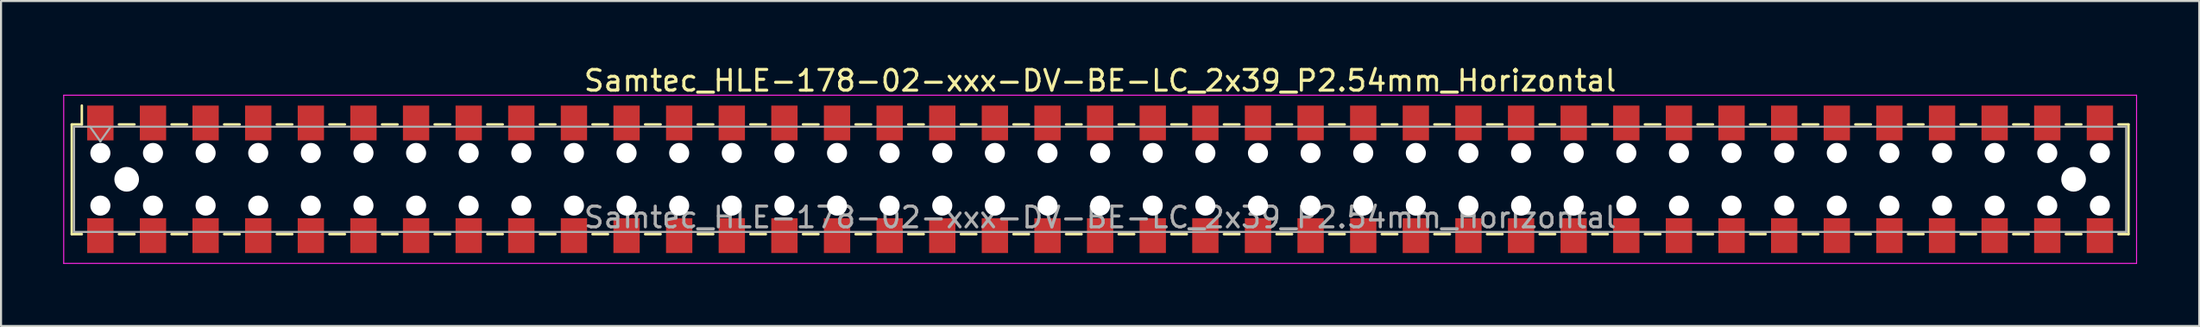
<source format=kicad_pcb>
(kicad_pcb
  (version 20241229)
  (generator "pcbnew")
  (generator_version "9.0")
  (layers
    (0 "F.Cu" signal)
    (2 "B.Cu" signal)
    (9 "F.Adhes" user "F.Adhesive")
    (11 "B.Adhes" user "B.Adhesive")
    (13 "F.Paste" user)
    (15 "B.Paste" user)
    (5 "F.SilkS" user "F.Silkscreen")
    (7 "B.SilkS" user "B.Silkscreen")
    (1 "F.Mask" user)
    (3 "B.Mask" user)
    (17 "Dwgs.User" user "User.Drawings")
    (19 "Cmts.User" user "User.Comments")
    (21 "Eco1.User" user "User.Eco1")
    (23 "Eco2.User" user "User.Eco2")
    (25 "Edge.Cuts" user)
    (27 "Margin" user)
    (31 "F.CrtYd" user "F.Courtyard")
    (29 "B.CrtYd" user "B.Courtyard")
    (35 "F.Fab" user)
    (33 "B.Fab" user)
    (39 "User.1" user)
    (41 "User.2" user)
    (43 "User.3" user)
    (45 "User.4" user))
  (footprint "Samtec_HLE-178-02-xxx-DV-BE-LC_2x39_P2.54mm_Horizontal"
    (layer "F.Cu")
    (at 50.055 5.608)
    (property "Reference" "Samtec_HLE-178-02-xxx-DV-BE-LC_2x39_P2.54mm_Horizontal" (at 0 -4.76 0) (layer "F.SilkS") (effects (font (size 1 1) (thickness 0.15))))
    (attr smd)
    (fp_line (start -49.64 -2.65) (end -49.64 2.65) (stroke (width 0.12) (type solid)) (layer "F.SilkS"))
    (fp_line (start -49.64 2.65) (end -49.155 2.65) (stroke (width 0.12) (type solid)) (layer "F.SilkS"))
    (fp_line (start -49.155 -3.56) (end -49.155 -2.65) (stroke (width 0.12) (type solid)) (layer "F.SilkS"))
    (fp_line (start -49.155 -2.65) (end -49.64 -2.65) (stroke (width 0.12) (type solid)) (layer "F.SilkS"))
    (fp_line (start -47.365 -2.65) (end -46.615 -2.65) (stroke (width 0.12) (type solid)) (layer "F.SilkS"))
    (fp_line (start -47.365 2.65) (end -46.615 2.65) (stroke (width 0.12) (type solid)) (layer "F.SilkS"))
    (fp_line (start -44.825 -2.65) (end -44.075 -2.65) (stroke (width 0.12) (type solid)) (layer "F.SilkS"))
    (fp_line (start -44.825 2.65) (end -44.075 2.65) (stroke (width 0.12) (type solid)) (layer "F.SilkS"))
    (fp_line (start -42.285 -2.65) (end -41.535 -2.65) (stroke (width 0.12) (type solid)) (layer "F.SilkS"))
    (fp_line (start -42.285 2.65) (end -41.535 2.65) (stroke (width 0.12) (type solid)) (layer "F.SilkS"))
    (fp_line (start -39.745 -2.65) (end -38.995 -2.65) (stroke (width 0.12) (type solid)) (layer "F.SilkS"))
    (fp_line (start -39.745 2.65) (end -38.995 2.65) (stroke (width 0.12) (type solid)) (layer "F.SilkS"))
    (fp_line (start -37.205 -2.65) (end -36.455 -2.65) (stroke (width 0.12) (type solid)) (layer "F.SilkS"))
    (fp_line (start -37.205 2.65) (end -36.455 2.65) (stroke (width 0.12) (type solid)) (layer "F.SilkS"))
    (fp_line (start -34.665 -2.65) (end -33.915 -2.65) (stroke (width 0.12) (type solid)) (layer "F.SilkS"))
    (fp_line (start -34.665 2.65) (end -33.915 2.65) (stroke (width 0.12) (type solid)) (layer "F.SilkS"))
    (fp_line (start -32.125 -2.65) (end -31.375 -2.65) (stroke (width 0.12) (type solid)) (layer "F.SilkS"))
    (fp_line (start -32.125 2.65) (end -31.375 2.65) (stroke (width 0.12) (type solid)) (layer "F.SilkS"))
    (fp_line (start -29.585 -2.65) (end -28.835 -2.65) (stroke (width 0.12) (type solid)) (layer "F.SilkS"))
    (fp_line (start -29.585 2.65) (end -28.835 2.65) (stroke (width 0.12) (type solid)) (layer "F.SilkS"))
    (fp_line (start -27.045 -2.65) (end -26.295 -2.65) (stroke (width 0.12) (type solid)) (layer "F.SilkS"))
    (fp_line (start -27.045 2.65) (end -26.295 2.65) (stroke (width 0.12) (type solid)) (layer "F.SilkS"))
    (fp_line (start -24.505 -2.65) (end -23.755 -2.65) (stroke (width 0.12) (type solid)) (layer "F.SilkS"))
    (fp_line (start -24.505 2.65) (end -23.755 2.65) (stroke (width 0.12) (type solid)) (layer "F.SilkS"))
    (fp_line (start -21.965 -2.65) (end -21.215 -2.65) (stroke (width 0.12) (type solid)) (layer "F.SilkS"))
    (fp_line (start -21.965 2.65) (end -21.215 2.65) (stroke (width 0.12) (type solid)) (layer "F.SilkS"))
    (fp_line (start -19.425 -2.65) (end -18.675 -2.65) (stroke (width 0.12) (type solid)) (layer "F.SilkS"))
    (fp_line (start -19.425 2.65) (end -18.675 2.65) (stroke (width 0.12) (type solid)) (layer "F.SilkS"))
    (fp_line (start -16.885 -2.65) (end -16.135 -2.65) (stroke (width 0.12) (type solid)) (layer "F.SilkS"))
    (fp_line (start -16.885 2.65) (end -16.135 2.65) (stroke (width 0.12) (type solid)) (layer "F.SilkS"))
    (fp_line (start -14.345 -2.65) (end -13.595 -2.65) (stroke (width 0.12) (type solid)) (layer "F.SilkS"))
    (fp_line (start -14.345 2.65) (end -13.595 2.65) (stroke (width 0.12) (type solid)) (layer "F.SilkS"))
    (fp_line (start -11.805 -2.65) (end -11.055 -2.65) (stroke (width 0.12) (type solid)) (layer "F.SilkS"))
    (fp_line (start -11.805 2.65) (end -11.055 2.65) (stroke (width 0.12) (type solid)) (layer "F.SilkS"))
    (fp_line (start -9.265 -2.65) (end -8.515 -2.65) (stroke (width 0.12) (type solid)) (layer "F.SilkS"))
    (fp_line (start -9.265 2.65) (end -8.515 2.65) (stroke (width 0.12) (type solid)) (layer "F.SilkS"))
    (fp_line (start -6.725 -2.65) (end -5.975 -2.65) (stroke (width 0.12) (type solid)) (layer "F.SilkS"))
    (fp_line (start -6.725 2.65) (end -5.975 2.65) (stroke (width 0.12) (type solid)) (layer "F.SilkS"))
    (fp_line (start -4.185 -2.65) (end -3.435 -2.65) (stroke (width 0.12) (type solid)) (layer "F.SilkS"))
    (fp_line (start -4.185 2.65) (end -3.435 2.65) (stroke (width 0.12) (type solid)) (layer "F.SilkS"))
    (fp_line (start -1.645 -2.65) (end -0.895 -2.65) (stroke (width 0.12) (type solid)) (layer "F.SilkS"))
    (fp_line (start -1.645 2.65) (end -0.895 2.65) (stroke (width 0.12) (type solid)) (layer "F.SilkS"))
    (fp_line (start 0.895 -2.65) (end 1.645 -2.65) (stroke (width 0.12) (type solid)) (layer "F.SilkS"))
    (fp_line (start 0.895 2.65) (end 1.645 2.65) (stroke (width 0.12) (type solid)) (layer "F.SilkS"))
    (fp_line (start 3.435 -2.65) (end 4.185 -2.65) (stroke (width 0.12) (type solid)) (layer "F.SilkS"))
    (fp_line (start 3.435 2.65) (end 4.185 2.65) (stroke (width 0.12) (type solid)) (layer "F.SilkS"))
    (fp_line (start 5.975 -2.65) (end 6.725 -2.65) (stroke (width 0.12) (type solid)) (layer "F.SilkS"))
    (fp_line (start 5.975 2.65) (end 6.725 2.65) (stroke (width 0.12) (type solid)) (layer "F.SilkS"))
    (fp_line (start 8.515 -2.65) (end 9.265 -2.65) (stroke (width 0.12) (type solid)) (layer "F.SilkS"))
    (fp_line (start 8.515 2.65) (end 9.265 2.65) (stroke (width 0.12) (type solid)) (layer "F.SilkS"))
    (fp_line (start 11.055 -2.65) (end 11.805 -2.65) (stroke (width 0.12) (type solid)) (layer "F.SilkS"))
    (fp_line (start 11.055 2.65) (end 11.805 2.65) (stroke (width 0.12) (type solid)) (layer "F.SilkS"))
    (fp_line (start 13.595 -2.65) (end 14.345 -2.65) (stroke (width 0.12) (type solid)) (layer "F.SilkS"))
    (fp_line (start 13.595 2.65) (end 14.345 2.65) (stroke (width 0.12) (type solid)) (layer "F.SilkS"))
    (fp_line (start 16.135 -2.65) (end 16.885 -2.65) (stroke (width 0.12) (type solid)) (layer "F.SilkS"))
    (fp_line (start 16.135 2.65) (end 16.885 2.65) (stroke (width 0.12) (type solid)) (layer "F.SilkS"))
    (fp_line (start 18.675 -2.65) (end 19.425 -2.65) (stroke (width 0.12) (type solid)) (layer "F.SilkS"))
    (fp_line (start 18.675 2.65) (end 19.425 2.65) (stroke (width 0.12) (type solid)) (layer "F.SilkS"))
    (fp_line (start 21.215 -2.65) (end 21.965 -2.65) (stroke (width 0.12) (type solid)) (layer "F.SilkS"))
    (fp_line (start 21.215 2.65) (end 21.965 2.65) (stroke (width 0.12) (type solid)) (layer "F.SilkS"))
    (fp_line (start 23.755 -2.65) (end 24.505 -2.65) (stroke (width 0.12) (type solid)) (layer "F.SilkS"))
    (fp_line (start 23.755 2.65) (end 24.505 2.65) (stroke (width 0.12) (type solid)) (layer "F.SilkS"))
    (fp_line (start 26.295 -2.65) (end 27.045 -2.65) (stroke (width 0.12) (type solid)) (layer "F.SilkS"))
    (fp_line (start 26.295 2.65) (end 27.045 2.65) (stroke (width 0.12) (type solid)) (layer "F.SilkS"))
    (fp_line (start 28.835 -2.65) (end 29.585 -2.65) (stroke (width 0.12) (type solid)) (layer "F.SilkS"))
    (fp_line (start 28.835 2.65) (end 29.585 2.65) (stroke (width 0.12) (type solid)) (layer "F.SilkS"))
    (fp_line (start 31.375 -2.65) (end 32.125 -2.65) (stroke (width 0.12) (type solid)) (layer "F.SilkS"))
    (fp_line (start 31.375 2.65) (end 32.125 2.65) (stroke (width 0.12) (type solid)) (layer "F.SilkS"))
    (fp_line (start 33.915 -2.65) (end 34.665 -2.65) (stroke (width 0.12) (type solid)) (layer "F.SilkS"))
    (fp_line (start 33.915 2.65) (end 34.665 2.65) (stroke (width 0.12) (type solid)) (layer "F.SilkS"))
    (fp_line (start 36.455 -2.65) (end 37.205 -2.65) (stroke (width 0.12) (type solid)) (layer "F.SilkS"))
    (fp_line (start 36.455 2.65) (end 37.205 2.65) (stroke (width 0.12) (type solid)) (layer "F.SilkS"))
    (fp_line (start 38.995 -2.65) (end 39.745 -2.65) (stroke (width 0.12) (type solid)) (layer "F.SilkS"))
    (fp_line (start 38.995 2.65) (end 39.745 2.65) (stroke (width 0.12) (type solid)) (layer "F.SilkS"))
    (fp_line (start 41.535 -2.65) (end 42.285 -2.65) (stroke (width 0.12) (type solid)) (layer "F.SilkS"))
    (fp_line (start 41.535 2.65) (end 42.285 2.65) (stroke (width 0.12) (type solid)) (layer "F.SilkS"))
    (fp_line (start 44.075 -2.65) (end 44.825 -2.65) (stroke (width 0.12) (type solid)) (layer "F.SilkS"))
    (fp_line (start 44.075 2.65) (end 44.825 2.65) (stroke (width 0.12) (type solid)) (layer "F.SilkS"))
    (fp_line (start 46.615 -2.65) (end 47.365 -2.65) (stroke (width 0.12) (type solid)) (layer "F.SilkS"))
    (fp_line (start 46.615 2.65) (end 47.365 2.65) (stroke (width 0.12) (type solid)) (layer "F.SilkS"))
    (fp_line (start 49.155 -2.65) (end 49.64 -2.65) (stroke (width 0.12) (type solid)) (layer "F.SilkS"))
    (fp_line (start 49.64 -2.65) (end 49.64 2.65) (stroke (width 0.12) (type solid)) (layer "F.SilkS"))
    (fp_line (start 49.64 2.65) (end 49.155 2.65) (stroke (width 0.12) (type solid)) (layer "F.SilkS"))
    (fp_line (start -50.03 -4.06) (end 50.03 -4.06) (stroke (width 0.05) (type solid)) (layer "F.CrtYd"))
    (fp_line (start -50.03 4.06) (end -50.03 -4.06) (stroke (width 0.05) (type solid)) (layer "F.CrtYd"))
    (fp_line (start 50.03 -4.06) (end 50.03 4.06) (stroke (width 0.05) (type solid)) (layer "F.CrtYd"))
    (fp_line (start 50.03 4.06) (end -50.03 4.06) (stroke (width 0.05) (type solid)) (layer "F.CrtYd"))
    (fp_line (start -49.53 -2.54) (end 49.53 -2.54) (stroke (width 0.1) (type solid)) (layer "F.Fab"))
    (fp_line (start -49.53 2.54) (end -49.53 -2.54) (stroke (width 0.1) (type solid)) (layer "F.Fab"))
    (fp_line (start -48.76 -2.54) (end -48.26 -1.833) (stroke (width 0.1) (type solid)) (layer "F.Fab"))
    (fp_line (start -48.26 -1.833) (end -47.76 -2.54) (stroke (width 0.1) (type solid)) (layer "F.Fab"))
    (fp_line (start 49.53 -2.54) (end 49.53 2.54) (stroke (width 0.1) (type solid)) (layer "F.Fab"))
    (fp_line (start 49.53 2.54) (end -49.53 2.54) (stroke (width 0.1) (type solid)) (layer "F.Fab"))
    (fp_text user "${REFERENCE}" (at 0 1.84 0) (layer "F.Fab") (effects (font (size 1 1) (thickness 0.15))))
    (pad "" np_thru_hole circle (at -48.26 -1.27) (size 0.97 0.97) (drill 0.97) (layers "*.Cu" "*.Mask"))
    (pad "" np_thru_hole circle (at -48.26 1.27) (size 0.97 0.97) (drill 0.97) (layers "*.Cu" "*.Mask"))
    (pad "" np_thru_hole circle (at -46.99 0) (size 1.19 1.19) (drill 1.19) (layers "*.Cu" "*.Mask"))
    (pad "" np_thru_hole circle (at -45.72 -1.27) (size 0.97 0.97) (drill 0.97) (layers "*.Cu" "*.Mask"))
    (pad "" np_thru_hole circle (at -45.72 1.27) (size 0.97 0.97) (drill 0.97) (layers "*.Cu" "*.Mask"))
    (pad "" np_thru_hole circle (at -43.18 -1.27) (size 0.97 0.97) (drill 0.97) (layers "*.Cu" "*.Mask"))
    (pad "" np_thru_hole circle (at -43.18 1.27) (size 0.97 0.97) (drill 0.97) (layers "*.Cu" "*.Mask"))
    (pad "" np_thru_hole circle (at -40.64 -1.27) (size 0.97 0.97) (drill 0.97) (layers "*.Cu" "*.Mask"))
    (pad "" np_thru_hole circle (at -40.64 1.27) (size 0.97 0.97) (drill 0.97) (layers "*.Cu" "*.Mask"))
    (pad "" np_thru_hole circle (at -38.1 -1.27) (size 0.97 0.97) (drill 0.97) (layers "*.Cu" "*.Mask"))
    (pad "" np_thru_hole circle (at -38.1 1.27) (size 0.97 0.97) (drill 0.97) (layers "*.Cu" "*.Mask"))
    (pad "" np_thru_hole circle (at -35.56 -1.27) (size 0.97 0.97) (drill 0.97) (layers "*.Cu" "*.Mask"))
    (pad "" np_thru_hole circle (at -35.56 1.27) (size 0.97 0.97) (drill 0.97) (layers "*.Cu" "*.Mask"))
    (pad "" np_thru_hole circle (at -33.02 -1.27) (size 0.97 0.97) (drill 0.97) (layers "*.Cu" "*.Mask"))
    (pad "" np_thru_hole circle (at -33.02 1.27) (size 0.97 0.97) (drill 0.97) (layers "*.Cu" "*.Mask"))
    (pad "" np_thru_hole circle (at -30.48 -1.27) (size 0.97 0.97) (drill 0.97) (layers "*.Cu" "*.Mask"))
    (pad "" np_thru_hole circle (at -30.48 1.27) (size 0.97 0.97) (drill 0.97) (layers "*.Cu" "*.Mask"))
    (pad "" np_thru_hole circle (at -27.94 -1.27) (size 0.97 0.97) (drill 0.97) (layers "*.Cu" "*.Mask"))
    (pad "" np_thru_hole circle (at -27.94 1.27) (size 0.97 0.97) (drill 0.97) (layers "*.Cu" "*.Mask"))
    (pad "" np_thru_hole circle (at -25.4 -1.27) (size 0.97 0.97) (drill 0.97) (layers "*.Cu" "*.Mask"))
    (pad "" np_thru_hole circle (at -25.4 1.27) (size 0.97 0.97) (drill 0.97) (layers "*.Cu" "*.Mask"))
    (pad "" np_thru_hole circle (at -22.86 -1.27) (size 0.97 0.97) (drill 0.97) (layers "*.Cu" "*.Mask"))
    (pad "" np_thru_hole circle (at -22.86 1.27) (size 0.97 0.97) (drill 0.97) (layers "*.Cu" "*.Mask"))
    (pad "" np_thru_hole circle (at -20.32 -1.27) (size 0.97 0.97) (drill 0.97) (layers "*.Cu" "*.Mask"))
    (pad "" np_thru_hole circle (at -20.32 1.27) (size 0.97 0.97) (drill 0.97) (layers "*.Cu" "*.Mask"))
    (pad "" np_thru_hole circle (at -17.78 -1.27) (size 0.97 0.97) (drill 0.97) (layers "*.Cu" "*.Mask"))
    (pad "" np_thru_hole circle (at -17.78 1.27) (size 0.97 0.97) (drill 0.97) (layers "*.Cu" "*.Mask"))
    (pad "" np_thru_hole circle (at -15.24 -1.27) (size 0.97 0.97) (drill 0.97) (layers "*.Cu" "*.Mask"))
    (pad "" np_thru_hole circle (at -15.24 1.27) (size 0.97 0.97) (drill 0.97) (layers "*.Cu" "*.Mask"))
    (pad "" np_thru_hole circle (at -12.7 -1.27) (size 0.97 0.97) (drill 0.97) (layers "*.Cu" "*.Mask"))
    (pad "" np_thru_hole circle (at -12.7 1.27) (size 0.97 0.97) (drill 0.97) (layers "*.Cu" "*.Mask"))
    (pad "" np_thru_hole circle (at -10.16 -1.27) (size 0.97 0.97) (drill 0.97) (layers "*.Cu" "*.Mask"))
    (pad "" np_thru_hole circle (at -10.16 1.27) (size 0.97 0.97) (drill 0.97) (layers "*.Cu" "*.Mask"))
    (pad "" np_thru_hole circle (at -7.62 -1.27) (size 0.97 0.97) (drill 0.97) (layers "*.Cu" "*.Mask"))
    (pad "" np_thru_hole circle (at -7.62 1.27) (size 0.97 0.97) (drill 0.97) (layers "*.Cu" "*.Mask"))
    (pad "" np_thru_hole circle (at -5.08 -1.27) (size 0.97 0.97) (drill 0.97) (layers "*.Cu" "*.Mask"))
    (pad "" np_thru_hole circle (at -5.08 1.27) (size 0.97 0.97) (drill 0.97) (layers "*.Cu" "*.Mask"))
    (pad "" np_thru_hole circle (at -2.54 -1.27) (size 0.97 0.97) (drill 0.97) (layers "*.Cu" "*.Mask"))
    (pad "" np_thru_hole circle (at -2.54 1.27) (size 0.97 0.97) (drill 0.97) (layers "*.Cu" "*.Mask"))
    (pad "" np_thru_hole circle (at 0 -1.27) (size 0.97 0.97) (drill 0.97) (layers "*.Cu" "*.Mask"))
    (pad "" np_thru_hole circle (at 0 1.27) (size 0.97 0.97) (drill 0.97) (layers "*.Cu" "*.Mask"))
    (pad "" np_thru_hole circle (at 2.54 -1.27) (size 0.97 0.97) (drill 0.97) (layers "*.Cu" "*.Mask"))
    (pad "" np_thru_hole circle (at 2.54 1.27) (size 0.97 0.97) (drill 0.97) (layers "*.Cu" "*.Mask"))
    (pad "" np_thru_hole circle (at 5.08 -1.27) (size 0.97 0.97) (drill 0.97) (layers "*.Cu" "*.Mask"))
    (pad "" np_thru_hole circle (at 5.08 1.27) (size 0.97 0.97) (drill 0.97) (layers "*.Cu" "*.Mask"))
    (pad "" np_thru_hole circle (at 7.62 -1.27) (size 0.97 0.97) (drill 0.97) (layers "*.Cu" "*.Mask"))
    (pad "" np_thru_hole circle (at 7.62 1.27) (size 0.97 0.97) (drill 0.97) (layers "*.Cu" "*.Mask"))
    (pad "" np_thru_hole circle (at 10.16 -1.27) (size 0.97 0.97) (drill 0.97) (layers "*.Cu" "*.Mask"))
    (pad "" np_thru_hole circle (at 10.16 1.27) (size 0.97 0.97) (drill 0.97) (layers "*.Cu" "*.Mask"))
    (pad "" np_thru_hole circle (at 12.7 -1.27) (size 0.97 0.97) (drill 0.97) (layers "*.Cu" "*.Mask"))
    (pad "" np_thru_hole circle (at 12.7 1.27) (size 0.97 0.97) (drill 0.97) (layers "*.Cu" "*.Mask"))
    (pad "" np_thru_hole circle (at 15.24 -1.27) (size 0.97 0.97) (drill 0.97) (layers "*.Cu" "*.Mask"))
    (pad "" np_thru_hole circle (at 15.24 1.27) (size 0.97 0.97) (drill 0.97) (layers "*.Cu" "*.Mask"))
    (pad "" np_thru_hole circle (at 17.78 -1.27) (size 0.97 0.97) (drill 0.97) (layers "*.Cu" "*.Mask"))
    (pad "" np_thru_hole circle (at 17.78 1.27) (size 0.97 0.97) (drill 0.97) (layers "*.Cu" "*.Mask"))
    (pad "" np_thru_hole circle (at 20.32 -1.27) (size 0.97 0.97) (drill 0.97) (layers "*.Cu" "*.Mask"))
    (pad "" np_thru_hole circle (at 20.32 1.27) (size 0.97 0.97) (drill 0.97) (layers "*.Cu" "*.Mask"))
    (pad "" np_thru_hole circle (at 22.86 -1.27) (size 0.97 0.97) (drill 0.97) (layers "*.Cu" "*.Mask"))
    (pad "" np_thru_hole circle (at 22.86 1.27) (size 0.97 0.97) (drill 0.97) (layers "*.Cu" "*.Mask"))
    (pad "" np_thru_hole circle (at 25.4 -1.27) (size 0.97 0.97) (drill 0.97) (layers "*.Cu" "*.Mask"))
    (pad "" np_thru_hole circle (at 25.4 1.27) (size 0.97 0.97) (drill 0.97) (layers "*.Cu" "*.Mask"))
    (pad "" np_thru_hole circle (at 27.94 -1.27) (size 0.97 0.97) (drill 0.97) (layers "*.Cu" "*.Mask"))
    (pad "" np_thru_hole circle (at 27.94 1.27) (size 0.97 0.97) (drill 0.97) (layers "*.Cu" "*.Mask"))
    (pad "" np_thru_hole circle (at 30.48 -1.27) (size 0.97 0.97) (drill 0.97) (layers "*.Cu" "*.Mask"))
    (pad "" np_thru_hole circle (at 30.48 1.27) (size 0.97 0.97) (drill 0.97) (layers "*.Cu" "*.Mask"))
    (pad "" np_thru_hole circle (at 33.02 -1.27) (size 0.97 0.97) (drill 0.97) (layers "*.Cu" "*.Mask"))
    (pad "" np_thru_hole circle (at 33.02 1.27) (size 0.97 0.97) (drill 0.97) (layers "*.Cu" "*.Mask"))
    (pad "" np_thru_hole circle (at 35.56 -1.27) (size 0.97 0.97) (drill 0.97) (layers "*.Cu" "*.Mask"))
    (pad "" np_thru_hole circle (at 35.56 1.27) (size 0.97 0.97) (drill 0.97) (layers "*.Cu" "*.Mask"))
    (pad "" np_thru_hole circle (at 38.1 -1.27) (size 0.97 0.97) (drill 0.97) (layers "*.Cu" "*.Mask"))
    (pad "" np_thru_hole circle (at 38.1 1.27) (size 0.97 0.97) (drill 0.97) (layers "*.Cu" "*.Mask"))
    (pad "" np_thru_hole circle (at 40.64 -1.27) (size 0.97 0.97) (drill 0.97) (layers "*.Cu" "*.Mask"))
    (pad "" np_thru_hole circle (at 40.64 1.27) (size 0.97 0.97) (drill 0.97) (layers "*.Cu" "*.Mask"))
    (pad "" np_thru_hole circle (at 43.18 -1.27) (size 0.97 0.97) (drill 0.97) (layers "*.Cu" "*.Mask"))
    (pad "" np_thru_hole circle (at 43.18 1.27) (size 0.97 0.97) (drill 0.97) (layers "*.Cu" "*.Mask"))
    (pad "" np_thru_hole circle (at 45.72 -1.27) (size 0.97 0.97) (drill 0.97) (layers "*.Cu" "*.Mask"))
    (pad "" np_thru_hole circle (at 45.72 1.27) (size 0.97 0.97) (drill 0.97) (layers "*.Cu" "*.Mask"))
    (pad "" np_thru_hole circle (at 46.99 0) (size 1.19 1.19) (drill 1.19) (layers "*.Cu" "*.Mask"))
    (pad "" np_thru_hole circle (at 48.26 -1.27) (size 0.97 0.97) (drill 0.97) (layers "*.Cu" "*.Mask"))
    (pad "" np_thru_hole circle (at 48.26 1.27) (size 0.97 0.97) (drill 0.97) (layers "*.Cu" "*.Mask"))
    (pad "1" smd rect (at -48.26 -2.72) (size 1.27 1.68) (layers "F.Cu" "F.Mask" "F.Paste"))
    (pad "2" smd rect (at -48.26 2.72) (size 1.27 1.68) (layers "F.Cu" "F.Mask" "F.Paste"))
    (pad "3" smd rect (at -45.72 -2.72) (size 1.27 1.68) (layers "F.Cu" "F.Mask" "F.Paste"))
    (pad "4" smd rect (at -45.72 2.72) (size 1.27 1.68) (layers "F.Cu" "F.Mask" "F.Paste"))
    (pad "5" smd rect (at -43.18 -2.72) (size 1.27 1.68) (layers "F.Cu" "F.Mask" "F.Paste"))
    (pad "6" smd rect (at -43.18 2.72) (size 1.27 1.68) (layers "F.Cu" "F.Mask" "F.Paste"))
    (pad "7" smd rect (at -40.64 -2.72) (size 1.27 1.68) (layers "F.Cu" "F.Mask" "F.Paste"))
    (pad "8" smd rect (at -40.64 2.72) (size 1.27 1.68) (layers "F.Cu" "F.Mask" "F.Paste"))
    (pad "9" smd rect (at -38.1 -2.72) (size 1.27 1.68) (layers "F.Cu" "F.Mask" "F.Paste"))
    (pad "10" smd rect (at -38.1 2.72) (size 1.27 1.68) (layers "F.Cu" "F.Mask" "F.Paste"))
    (pad "11" smd rect (at -35.56 -2.72) (size 1.27 1.68) (layers "F.Cu" "F.Mask" "F.Paste"))
    (pad "12" smd rect (at -35.56 2.72) (size 1.27 1.68) (layers "F.Cu" "F.Mask" "F.Paste"))
    (pad "13" smd rect (at -33.02 -2.72) (size 1.27 1.68) (layers "F.Cu" "F.Mask" "F.Paste"))
    (pad "14" smd rect (at -33.02 2.72) (size 1.27 1.68) (layers "F.Cu" "F.Mask" "F.Paste"))
    (pad "15" smd rect (at -30.48 -2.72) (size 1.27 1.68) (layers "F.Cu" "F.Mask" "F.Paste"))
    (pad "16" smd rect (at -30.48 2.72) (size 1.27 1.68) (layers "F.Cu" "F.Mask" "F.Paste"))
    (pad "17" smd rect (at -27.94 -2.72) (size 1.27 1.68) (layers "F.Cu" "F.Mask" "F.Paste"))
    (pad "18" smd rect (at -27.94 2.72) (size 1.27 1.68) (layers "F.Cu" "F.Mask" "F.Paste"))
    (pad "19" smd rect (at -25.4 -2.72) (size 1.27 1.68) (layers "F.Cu" "F.Mask" "F.Paste"))
    (pad "20" smd rect (at -25.4 2.72) (size 1.27 1.68) (layers "F.Cu" "F.Mask" "F.Paste"))
    (pad "21" smd rect (at -22.86 -2.72) (size 1.27 1.68) (layers "F.Cu" "F.Mask" "F.Paste"))
    (pad "22" smd rect (at -22.86 2.72) (size 1.27 1.68) (layers "F.Cu" "F.Mask" "F.Paste"))
    (pad "23" smd rect (at -20.32 -2.72) (size 1.27 1.68) (layers "F.Cu" "F.Mask" "F.Paste"))
    (pad "24" smd rect (at -20.32 2.72) (size 1.27 1.68) (layers "F.Cu" "F.Mask" "F.Paste"))
    (pad "25" smd rect (at -17.78 -2.72) (size 1.27 1.68) (layers "F.Cu" "F.Mask" "F.Paste"))
    (pad "26" smd rect (at -17.78 2.72) (size 1.27 1.68) (layers "F.Cu" "F.Mask" "F.Paste"))
    (pad "27" smd rect (at -15.24 -2.72) (size 1.27 1.68) (layers "F.Cu" "F.Mask" "F.Paste"))
    (pad "28" smd rect (at -15.24 2.72) (size 1.27 1.68) (layers "F.Cu" "F.Mask" "F.Paste"))
    (pad "29" smd rect (at -12.7 -2.72) (size 1.27 1.68) (layers "F.Cu" "F.Mask" "F.Paste"))
    (pad "30" smd rect (at -12.7 2.72) (size 1.27 1.68) (layers "F.Cu" "F.Mask" "F.Paste"))
    (pad "31" smd rect (at -10.16 -2.72) (size 1.27 1.68) (layers "F.Cu" "F.Mask" "F.Paste"))
    (pad "32" smd rect (at -10.16 2.72) (size 1.27 1.68) (layers "F.Cu" "F.Mask" "F.Paste"))
    (pad "33" smd rect (at -7.62 -2.72) (size 1.27 1.68) (layers "F.Cu" "F.Mask" "F.Paste"))
    (pad "34" smd rect (at -7.62 2.72) (size 1.27 1.68) (layers "F.Cu" "F.Mask" "F.Paste"))
    (pad "35" smd rect (at -5.08 -2.72) (size 1.27 1.68) (layers "F.Cu" "F.Mask" "F.Paste"))
    (pad "36" smd rect (at -5.08 2.72) (size 1.27 1.68) (layers "F.Cu" "F.Mask" "F.Paste"))
    (pad "37" smd rect (at -2.54 -2.72) (size 1.27 1.68) (layers "F.Cu" "F.Mask" "F.Paste"))
    (pad "38" smd rect (at -2.54 2.72) (size 1.27 1.68) (layers "F.Cu" "F.Mask" "F.Paste"))
    (pad "39" smd rect (at 0 -2.72) (size 1.27 1.68) (layers "F.Cu" "F.Mask" "F.Paste"))
    (pad "40" smd rect (at 0 2.72) (size 1.27 1.68) (layers "F.Cu" "F.Mask" "F.Paste"))
    (pad "41" smd rect (at 2.54 -2.72) (size 1.27 1.68) (layers "F.Cu" "F.Mask" "F.Paste"))
    (pad "42" smd rect (at 2.54 2.72) (size 1.27 1.68) (layers "F.Cu" "F.Mask" "F.Paste"))
    (pad "43" smd rect (at 5.08 -2.72) (size 1.27 1.68) (layers "F.Cu" "F.Mask" "F.Paste"))
    (pad "44" smd rect (at 5.08 2.72) (size 1.27 1.68) (layers "F.Cu" "F.Mask" "F.Paste"))
    (pad "45" smd rect (at 7.62 -2.72) (size 1.27 1.68) (layers "F.Cu" "F.Mask" "F.Paste"))
    (pad "46" smd rect (at 7.62 2.72) (size 1.27 1.68) (layers "F.Cu" "F.Mask" "F.Paste"))
    (pad "47" smd rect (at 10.16 -2.72) (size 1.27 1.68) (layers "F.Cu" "F.Mask" "F.Paste"))
    (pad "48" smd rect (at 10.16 2.72) (size 1.27 1.68) (layers "F.Cu" "F.Mask" "F.Paste"))
    (pad "49" smd rect (at 12.7 -2.72) (size 1.27 1.68) (layers "F.Cu" "F.Mask" "F.Paste"))
    (pad "50" smd rect (at 12.7 2.72) (size 1.27 1.68) (layers "F.Cu" "F.Mask" "F.Paste"))
    (pad "51" smd rect (at 15.24 -2.72) (size 1.27 1.68) (layers "F.Cu" "F.Mask" "F.Paste"))
    (pad "52" smd rect (at 15.24 2.72) (size 1.27 1.68) (layers "F.Cu" "F.Mask" "F.Paste"))
    (pad "53" smd rect (at 17.78 -2.72) (size 1.27 1.68) (layers "F.Cu" "F.Mask" "F.Paste"))
    (pad "54" smd rect (at 17.78 2.72) (size 1.27 1.68) (layers "F.Cu" "F.Mask" "F.Paste"))
    (pad "55" smd rect (at 20.32 -2.72) (size 1.27 1.68) (layers "F.Cu" "F.Mask" "F.Paste"))
    (pad "56" smd rect (at 20.32 2.72) (size 1.27 1.68) (layers "F.Cu" "F.Mask" "F.Paste"))
    (pad "57" smd rect (at 22.86 -2.72) (size 1.27 1.68) (layers "F.Cu" "F.Mask" "F.Paste"))
    (pad "58" smd rect (at 22.86 2.72) (size 1.27 1.68) (layers "F.Cu" "F.Mask" "F.Paste"))
    (pad "59" smd rect (at 25.4 -2.72) (size 1.27 1.68) (layers "F.Cu" "F.Mask" "F.Paste"))
    (pad "60" smd rect (at 25.4 2.72) (size 1.27 1.68) (layers "F.Cu" "F.Mask" "F.Paste"))
    (pad "61" smd rect (at 27.94 -2.72) (size 1.27 1.68) (layers "F.Cu" "F.Mask" "F.Paste"))
    (pad "62" smd rect (at 27.94 2.72) (size 1.27 1.68) (layers "F.Cu" "F.Mask" "F.Paste"))
    (pad "63" smd rect (at 30.48 -2.72) (size 1.27 1.68) (layers "F.Cu" "F.Mask" "F.Paste"))
    (pad "64" smd rect (at 30.48 2.72) (size 1.27 1.68) (layers "F.Cu" "F.Mask" "F.Paste"))
    (pad "65" smd rect (at 33.02 -2.72) (size 1.27 1.68) (layers "F.Cu" "F.Mask" "F.Paste"))
    (pad "66" smd rect (at 33.02 2.72) (size 1.27 1.68) (layers "F.Cu" "F.Mask" "F.Paste"))
    (pad "67" smd rect (at 35.56 -2.72) (size 1.27 1.68) (layers "F.Cu" "F.Mask" "F.Paste"))
    (pad "68" smd rect (at 35.56 2.72) (size 1.27 1.68) (layers "F.Cu" "F.Mask" "F.Paste"))
    (pad "69" smd rect (at 38.1 -2.72) (size 1.27 1.68) (layers "F.Cu" "F.Mask" "F.Paste"))
    (pad "70" smd rect (at 38.1 2.72) (size 1.27 1.68) (layers "F.Cu" "F.Mask" "F.Paste"))
    (pad "71" smd rect (at 40.64 -2.72) (size 1.27 1.68) (layers "F.Cu" "F.Mask" "F.Paste"))
    (pad "72" smd rect (at 40.64 2.72) (size 1.27 1.68) (layers "F.Cu" "F.Mask" "F.Paste"))
    (pad "73" smd rect (at 43.18 -2.72) (size 1.27 1.68) (layers "F.Cu" "F.Mask" "F.Paste"))
    (pad "74" smd rect (at 43.18 2.72) (size 1.27 1.68) (layers "F.Cu" "F.Mask" "F.Paste"))
    (pad "75" smd rect (at 45.72 -2.72) (size 1.27 1.68) (layers "F.Cu" "F.Mask" "F.Paste"))
    (pad "76" smd rect (at 45.72 2.72) (size 1.27 1.68) (layers "F.Cu" "F.Mask" "F.Paste"))
    (pad "77" smd rect (at 48.26 -2.72) (size 1.27 1.68) (layers "F.Cu" "F.Mask" "F.Paste"))
    (pad "78" smd rect (at 48.26 2.72) (size 1.27 1.68) (layers "F.Cu" "F.Mask" "F.Paste")))
  (gr_rect
    (start -3 -3)
    (end 103.11 12.693)
    (stroke (width 0.1) (type default))
    (fill no)
    (layer "Edge.Cuts")))
</source>
